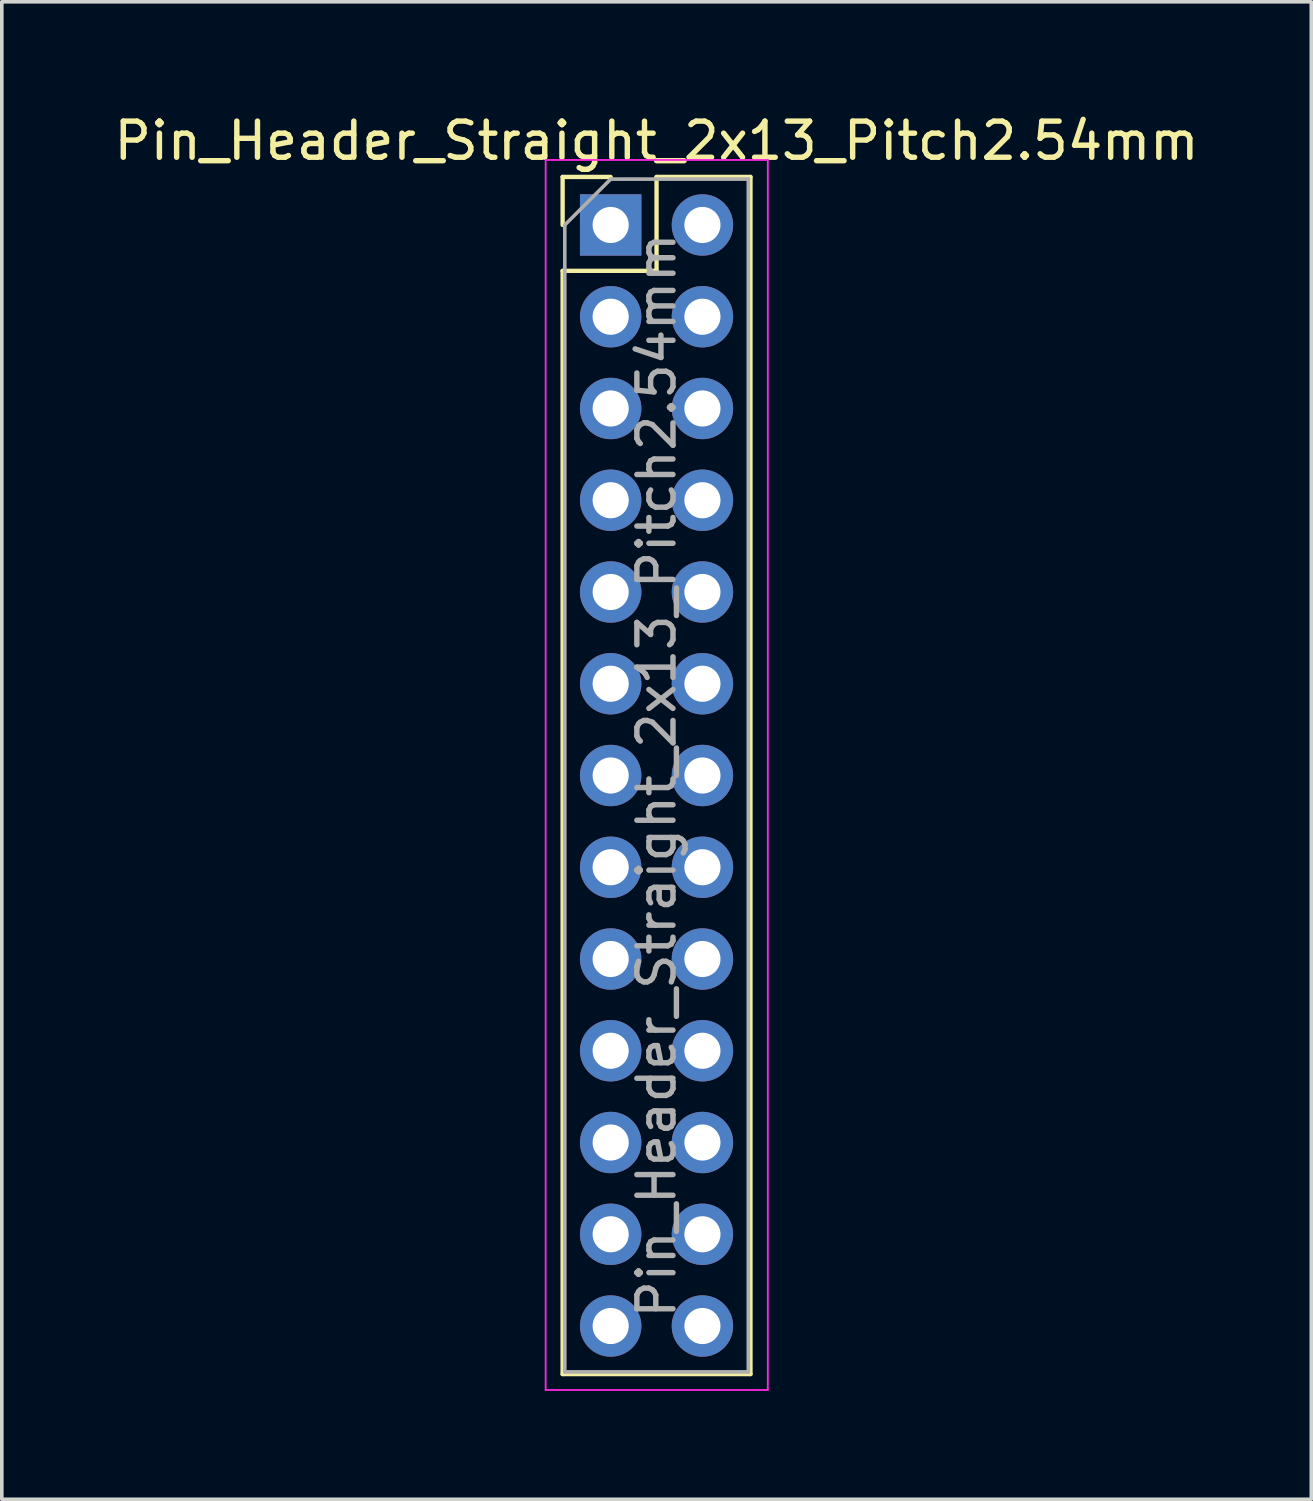
<source format=kicad_pcb>
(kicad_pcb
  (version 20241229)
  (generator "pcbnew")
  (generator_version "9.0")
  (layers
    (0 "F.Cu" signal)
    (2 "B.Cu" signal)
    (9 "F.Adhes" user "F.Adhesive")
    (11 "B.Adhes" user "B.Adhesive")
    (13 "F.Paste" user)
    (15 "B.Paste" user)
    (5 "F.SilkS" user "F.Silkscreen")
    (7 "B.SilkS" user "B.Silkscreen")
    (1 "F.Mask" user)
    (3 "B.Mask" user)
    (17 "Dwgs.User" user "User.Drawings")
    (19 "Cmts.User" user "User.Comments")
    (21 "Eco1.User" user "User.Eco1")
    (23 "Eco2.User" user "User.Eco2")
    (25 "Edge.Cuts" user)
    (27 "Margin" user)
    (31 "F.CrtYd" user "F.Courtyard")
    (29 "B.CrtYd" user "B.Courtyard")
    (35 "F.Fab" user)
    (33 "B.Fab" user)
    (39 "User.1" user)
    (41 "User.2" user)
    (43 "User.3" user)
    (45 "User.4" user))
  (footprint "Pin_Header_Straight_2x13_Pitch2.54mm"
    (layer "F.Cu")
    (at 13.855 3.178)
    (property "Reference" "Pin_Header_Straight_2x13_Pitch2.54mm" (at 1.27 -2.33 0) (layer "F.SilkS") (effects (font (size 1 1) (thickness 0.15))))
    (attr through_hole)
    (fp_line (start -1.33 -1.33) (end 0 -1.33) (stroke (width 0.12) (type solid)) (layer "F.SilkS"))
    (fp_line (start -1.33 0) (end -1.33 -1.33) (stroke (width 0.12) (type solid)) (layer "F.SilkS"))
    (fp_line (start -1.33 1.27) (end -1.33 31.81) (stroke (width 0.12) (type solid)) (layer "F.SilkS"))
    (fp_line (start -1.33 31.81) (end 3.87 31.81) (stroke (width 0.12) (type solid)) (layer "F.SilkS"))
    (fp_line (start 1.27 -1.33) (end 1.27 1.27) (stroke (width 0.12) (type solid)) (layer "F.SilkS"))
    (fp_line (start 1.27 1.27) (end -1.33 1.27) (stroke (width 0.12) (type solid)) (layer "F.SilkS"))
    (fp_line (start 3.87 -1.33) (end 1.27 -1.33) (stroke (width 0.12) (type solid)) (layer "F.SilkS"))
    (fp_line (start 3.87 31.81) (end 3.87 -1.33) (stroke (width 0.12) (type solid)) (layer "F.SilkS"))
    (fp_line (start -1.8 -1.8) (end -1.8 32.25) (stroke (width 0.05) (type solid)) (layer "F.CrtYd"))
    (fp_line (start -1.8 32.25) (end 4.35 32.25) (stroke (width 0.05) (type solid)) (layer "F.CrtYd"))
    (fp_line (start 4.35 -1.8) (end -1.8 -1.8) (stroke (width 0.05) (type solid)) (layer "F.CrtYd"))
    (fp_line (start 4.35 32.25) (end 4.35 -1.8) (stroke (width 0.05) (type solid)) (layer "F.CrtYd"))
    (fp_line (start -1.27 0) (end 0 -1.27) (stroke (width 0.1) (type solid)) (layer "F.Fab"))
    (fp_line (start -1.27 31.75) (end -1.27 0) (stroke (width 0.1) (type solid)) (layer "F.Fab"))
    (fp_line (start 0 -1.27) (end 3.81 -1.27) (stroke (width 0.1) (type solid)) (layer "F.Fab"))
    (fp_line (start 3.81 -1.27) (end 3.81 31.75) (stroke (width 0.1) (type solid)) (layer "F.Fab"))
    (fp_line (start 3.81 31.75) (end -1.27 31.75) (stroke (width 0.1) (type solid)) (layer "F.Fab"))
    (fp_text user "${REFERENCE}" (at 1.27 15.24 90) (layer "F.Fab") (effects (font (size 1 1) (thickness 0.15))))
    (pad "1" thru_hole rect (at 0 0) (size 1.7 1.7) (drill 1) (layers "*.Cu" "*.Mask"))
    (pad "2" thru_hole oval (at 2.54 0) (size 1.7 1.7) (drill 1) (layers "*.Cu" "*.Mask"))
    (pad "3" thru_hole oval (at 0 2.54) (size 1.7 1.7) (drill 1) (layers "*.Cu" "*.Mask"))
    (pad "4" thru_hole oval (at 2.54 2.54) (size 1.7 1.7) (drill 1) (layers "*.Cu" "*.Mask"))
    (pad "5" thru_hole oval (at 0 5.08) (size 1.7 1.7) (drill 1) (layers "*.Cu" "*.Mask"))
    (pad "6" thru_hole oval (at 2.54 5.08) (size 1.7 1.7) (drill 1) (layers "*.Cu" "*.Mask"))
    (pad "7" thru_hole oval (at 0 7.62) (size 1.7 1.7) (drill 1) (layers "*.Cu" "*.Mask"))
    (pad "8" thru_hole oval (at 2.54 7.62) (size 1.7 1.7) (drill 1) (layers "*.Cu" "*.Mask"))
    (pad "9" thru_hole oval (at 0 10.16) (size 1.7 1.7) (drill 1) (layers "*.Cu" "*.Mask"))
    (pad "10" thru_hole oval (at 2.54 10.16) (size 1.7 1.7) (drill 1) (layers "*.Cu" "*.Mask"))
    (pad "11" thru_hole oval (at 0 12.7) (size 1.7 1.7) (drill 1) (layers "*.Cu" "*.Mask"))
    (pad "12" thru_hole oval (at 2.54 12.7) (size 1.7 1.7) (drill 1) (layers "*.Cu" "*.Mask"))
    (pad "13" thru_hole oval (at 0 15.24) (size 1.7 1.7) (drill 1) (layers "*.Cu" "*.Mask"))
    (pad "14" thru_hole oval (at 2.54 15.24) (size 1.7 1.7) (drill 1) (layers "*.Cu" "*.Mask"))
    (pad "15" thru_hole oval (at 0 17.78) (size 1.7 1.7) (drill 1) (layers "*.Cu" "*.Mask"))
    (pad "16" thru_hole oval (at 2.54 17.78) (size 1.7 1.7) (drill 1) (layers "*.Cu" "*.Mask"))
    (pad "17" thru_hole oval (at 0 20.32) (size 1.7 1.7) (drill 1) (layers "*.Cu" "*.Mask"))
    (pad "18" thru_hole oval (at 2.54 20.32) (size 1.7 1.7) (drill 1) (layers "*.Cu" "*.Mask"))
    (pad "19" thru_hole oval (at 0 22.86) (size 1.7 1.7) (drill 1) (layers "*.Cu" "*.Mask"))
    (pad "20" thru_hole oval (at 2.54 22.86) (size 1.7 1.7) (drill 1) (layers "*.Cu" "*.Mask"))
    (pad "21" thru_hole oval (at 0 25.4) (size 1.7 1.7) (drill 1) (layers "*.Cu" "*.Mask"))
    (pad "22" thru_hole oval (at 2.54 25.4) (size 1.7 1.7) (drill 1) (layers "*.Cu" "*.Mask"))
    (pad "23" thru_hole oval (at 0 27.94) (size 1.7 1.7) (drill 1) (layers "*.Cu" "*.Mask"))
    (pad "24" thru_hole oval (at 2.54 27.94) (size 1.7 1.7) (drill 1) (layers "*.Cu" "*.Mask"))
    (pad "25" thru_hole oval (at 0 30.48) (size 1.7 1.7) (drill 1) (layers "*.Cu" "*.Mask"))
    (pad "26" thru_hole oval (at 2.54 30.48) (size 1.7 1.7) (drill 1) (layers "*.Cu" "*.Mask")))
  (gr_rect
    (start -3 -3)
    (end 33.25 38.453)
    (stroke (width 0.1) (type default))
    (fill no)
    (layer "Edge.Cuts")))
</source>
